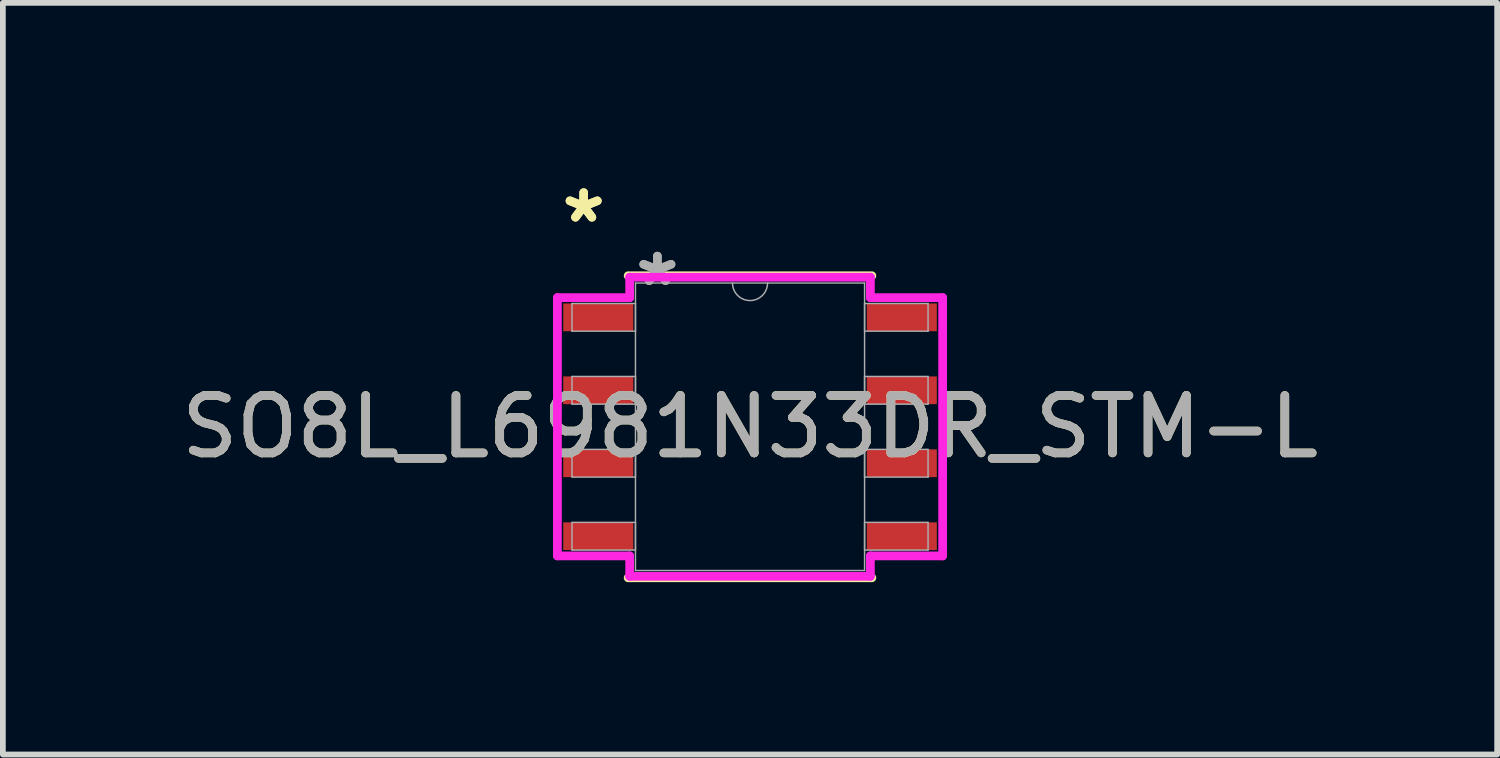
<source format=kicad_pcb>
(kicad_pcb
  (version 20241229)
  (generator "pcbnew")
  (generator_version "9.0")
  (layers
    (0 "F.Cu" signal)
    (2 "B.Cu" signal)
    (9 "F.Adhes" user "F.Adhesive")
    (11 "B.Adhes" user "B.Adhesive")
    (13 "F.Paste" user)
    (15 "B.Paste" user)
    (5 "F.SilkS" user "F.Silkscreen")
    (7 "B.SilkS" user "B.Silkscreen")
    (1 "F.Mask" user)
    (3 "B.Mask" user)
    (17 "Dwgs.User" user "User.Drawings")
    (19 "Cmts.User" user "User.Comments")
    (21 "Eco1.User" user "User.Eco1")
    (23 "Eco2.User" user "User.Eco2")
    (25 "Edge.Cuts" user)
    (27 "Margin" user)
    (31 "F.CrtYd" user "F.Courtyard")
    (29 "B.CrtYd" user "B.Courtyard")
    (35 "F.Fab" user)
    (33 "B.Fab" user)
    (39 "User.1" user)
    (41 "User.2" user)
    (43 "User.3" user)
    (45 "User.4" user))
  (footprint "SO8L_L6981N33DR_STM-L"
    (layer "F.Cu")
    (at 10.006 4.379)
    (property "Reference" "SO8L_L6981N33DR_STM-L" (at 0 0 0) (unlocked yes) (layer "F.SilkS") (effects (font (size 1 1) (thickness 0.15))))
    (attr smd)
    (fp_line (start -2.121 2.629) (end 2.121 2.629) (stroke (width 0.152) (type solid)) (layer "F.SilkS"))
    (fp_line (start 2.121 -2.629) (end -2.121 -2.629) (stroke (width 0.152) (type solid)) (layer "F.SilkS"))
    (fp_line (start -3.353 -2.248) (end -2.095 -2.248) (stroke (width 0.152) (type solid)) (layer "F.CrtYd"))
    (fp_line (start -3.353 2.248) (end -3.353 -2.248) (stroke (width 0.152) (type solid)) (layer "F.CrtYd"))
    (fp_line (start -3.353 2.248) (end -2.095 2.248) (stroke (width 0.152) (type solid)) (layer "F.CrtYd"))
    (fp_line (start -2.095 -2.603) (end 2.095 -2.603) (stroke (width 0.152) (type solid)) (layer "F.CrtYd"))
    (fp_line (start -2.095 -2.248) (end -2.095 -2.603) (stroke (width 0.152) (type solid)) (layer "F.CrtYd"))
    (fp_line (start -2.095 2.603) (end -2.095 2.248) (stroke (width 0.152) (type solid)) (layer "F.CrtYd"))
    (fp_line (start 2.095 -2.603) (end 2.095 -2.248) (stroke (width 0.152) (type solid)) (layer "F.CrtYd"))
    (fp_line (start 2.095 2.248) (end 2.095 2.603) (stroke (width 0.152) (type solid)) (layer "F.CrtYd"))
    (fp_line (start 2.095 2.603) (end -2.095 2.603) (stroke (width 0.152) (type solid)) (layer "F.CrtYd"))
    (fp_line (start 3.353 -2.248) (end 2.095 -2.248) (stroke (width 0.152) (type solid)) (layer "F.CrtYd"))
    (fp_line (start 3.353 -2.248) (end 3.353 2.248) (stroke (width 0.152) (type solid)) (layer "F.CrtYd"))
    (fp_line (start 3.353 2.248) (end 2.095 2.248) (stroke (width 0.152) (type solid)) (layer "F.CrtYd"))
    (fp_line (start -3.099 -2.146) (end -3.099 -1.664) (stroke (width 0.025) (type solid)) (layer "F.Fab"))
    (fp_line (start -3.099 -1.664) (end -1.994 -1.664) (stroke (width 0.025) (type solid)) (layer "F.Fab"))
    (fp_line (start -3.099 -0.876) (end -3.099 -0.394) (stroke (width 0.025) (type solid)) (layer "F.Fab"))
    (fp_line (start -3.099 -0.394) (end -1.994 -0.394) (stroke (width 0.025) (type solid)) (layer "F.Fab"))
    (fp_line (start -3.099 0.394) (end -3.099 0.876) (stroke (width 0.025) (type solid)) (layer "F.Fab"))
    (fp_line (start -3.099 0.876) (end -1.994 0.876) (stroke (width 0.025) (type solid)) (layer "F.Fab"))
    (fp_line (start -3.099 1.664) (end -3.099 2.146) (stroke (width 0.025) (type solid)) (layer "F.Fab"))
    (fp_line (start -3.099 2.146) (end -1.994 2.146) (stroke (width 0.025) (type solid)) (layer "F.Fab"))
    (fp_line (start -1.994 -2.502) (end -1.994 2.502) (stroke (width 0.025) (type solid)) (layer "F.Fab"))
    (fp_line (start -1.994 -2.146) (end -3.099 -2.146) (stroke (width 0.025) (type solid)) (layer "F.Fab"))
    (fp_line (start -1.994 -1.664) (end -1.994 -2.146) (stroke (width 0.025) (type solid)) (layer "F.Fab"))
    (fp_line (start -1.994 -0.876) (end -3.099 -0.876) (stroke (width 0.025) (type solid)) (layer "F.Fab"))
    (fp_line (start -1.994 -0.394) (end -1.994 -0.876) (stroke (width 0.025) (type solid)) (layer "F.Fab"))
    (fp_line (start -1.994 0.394) (end -3.099 0.394) (stroke (width 0.025) (type solid)) (layer "F.Fab"))
    (fp_line (start -1.994 0.876) (end -1.994 0.394) (stroke (width 0.025) (type solid)) (layer "F.Fab"))
    (fp_line (start -1.994 1.664) (end -3.099 1.664) (stroke (width 0.025) (type solid)) (layer "F.Fab"))
    (fp_line (start -1.994 2.146) (end -1.994 1.664) (stroke (width 0.025) (type solid)) (layer "F.Fab"))
    (fp_line (start -1.994 2.502) (end 1.994 2.502) (stroke (width 0.025) (type solid)) (layer "F.Fab"))
    (fp_line (start 1.994 -2.502) (end -1.994 -2.502) (stroke (width 0.025) (type solid)) (layer "F.Fab"))
    (fp_line (start 1.994 -2.146) (end 1.994 -1.664) (stroke (width 0.025) (type solid)) (layer "F.Fab"))
    (fp_line (start 1.994 -1.664) (end 3.099 -1.664) (stroke (width 0.025) (type solid)) (layer "F.Fab"))
    (fp_line (start 1.994 -0.876) (end 1.994 -0.394) (stroke (width 0.025) (type solid)) (layer "F.Fab"))
    (fp_line (start 1.994 -0.394) (end 3.099 -0.394) (stroke (width 0.025) (type solid)) (layer "F.Fab"))
    (fp_line (start 1.994 0.394) (end 1.994 0.876) (stroke (width 0.025) (type solid)) (layer "F.Fab"))
    (fp_line (start 1.994 0.876) (end 3.099 0.876) (stroke (width 0.025) (type solid)) (layer "F.Fab"))
    (fp_line (start 1.994 1.664) (end 1.994 2.146) (stroke (width 0.025) (type solid)) (layer "F.Fab"))
    (fp_line (start 1.994 2.146) (end 3.099 2.146) (stroke (width 0.025) (type solid)) (layer "F.Fab"))
    (fp_line (start 1.994 2.502) (end 1.994 -2.502) (stroke (width 0.025) (type solid)) (layer "F.Fab"))
    (fp_line (start 3.099 -2.146) (end 1.994 -2.146) (stroke (width 0.025) (type solid)) (layer "F.Fab"))
    (fp_line (start 3.099 -1.664) (end 3.099 -2.146) (stroke (width 0.025) (type solid)) (layer "F.Fab"))
    (fp_line (start 3.099 -0.876) (end 1.994 -0.876) (stroke (width 0.025) (type solid)) (layer "F.Fab"))
    (fp_line (start 3.099 -0.394) (end 3.099 -0.876) (stroke (width 0.025) (type solid)) (layer "F.Fab"))
    (fp_line (start 3.099 0.394) (end 1.994 0.394) (stroke (width 0.025) (type solid)) (layer "F.Fab"))
    (fp_line (start 3.099 0.876) (end 3.099 0.394) (stroke (width 0.025) (type solid)) (layer "F.Fab"))
    (fp_line (start 3.099 1.664) (end 1.994 1.664) (stroke (width 0.025) (type solid)) (layer "F.Fab"))
    (fp_line (start 3.099 2.146) (end 3.099 1.664) (stroke (width 0.025) (type solid)) (layer "F.Fab"))
    (fp_arc (start 0.3048 -2.5019) (mid 0 -2.1971) (end -0.3048 -2.5019) (stroke (width 0.0254) (type solid)) (layer "F.Fab"))
    (fp_text user "*" (at -2.896 -3.531 0) (layer "F.SilkS") (effects (font (size 1 1) (thickness 0.15))))
    (fp_text user "*" (at -2.896 -3.531 0) (unlocked yes) (layer "F.SilkS") (effects (font (size 1 1) (thickness 0.15))))
    (fp_text user "*" (at -1.613 -2.426 0) (unlocked yes) (layer "F.Fab") (effects (font (size 1 1) (thickness 0.15))))
    (fp_text user "${REFERENCE}" (at 0 0 0) (unlocked yes) (layer "F.Fab") (effects (font (size 1 1) (thickness 0.15))))
    (fp_text user "*" (at -1.613 -2.426 0) (layer "F.Fab") (effects (font (size 1 1) (thickness 0.15))))
    (pad "1" smd rect (at -2.642 -1.905) (size 1.219 0.483) (layers "F.Cu" "F.Mask" "F.Paste"))
    (pad "2" smd rect (at -2.642 -0.635) (size 1.219 0.483) (layers "F.Cu" "F.Mask" "F.Paste"))
    (pad "3" smd rect (at -2.642 0.635) (size 1.219 0.483) (layers "F.Cu" "F.Mask" "F.Paste"))
    (pad "4" smd rect (at -2.642 1.905) (size 1.219 0.483) (layers "F.Cu" "F.Mask" "F.Paste"))
    (pad "5" smd rect (at 2.642 1.905) (size 1.219 0.483) (layers "F.Cu" "F.Mask" "F.Paste"))
    (pad "6" smd rect (at 2.642 0.635) (size 1.219 0.483) (layers "F.Cu" "F.Mask" "F.Paste"))
    (pad "7" smd rect (at 2.642 -0.635) (size 1.219 0.483) (layers "F.Cu" "F.Mask" "F.Paste"))
    (pad "8" smd rect (at 2.642 -1.905) (size 1.219 0.483) (layers "F.Cu" "F.Mask" "F.Paste")))
  (gr_rect
    (start -3 -3)
    (end 23.012 10.084)
    (stroke (width 0.1) (type default))
    (fill no)
    (layer "Edge.Cuts")))
</source>
